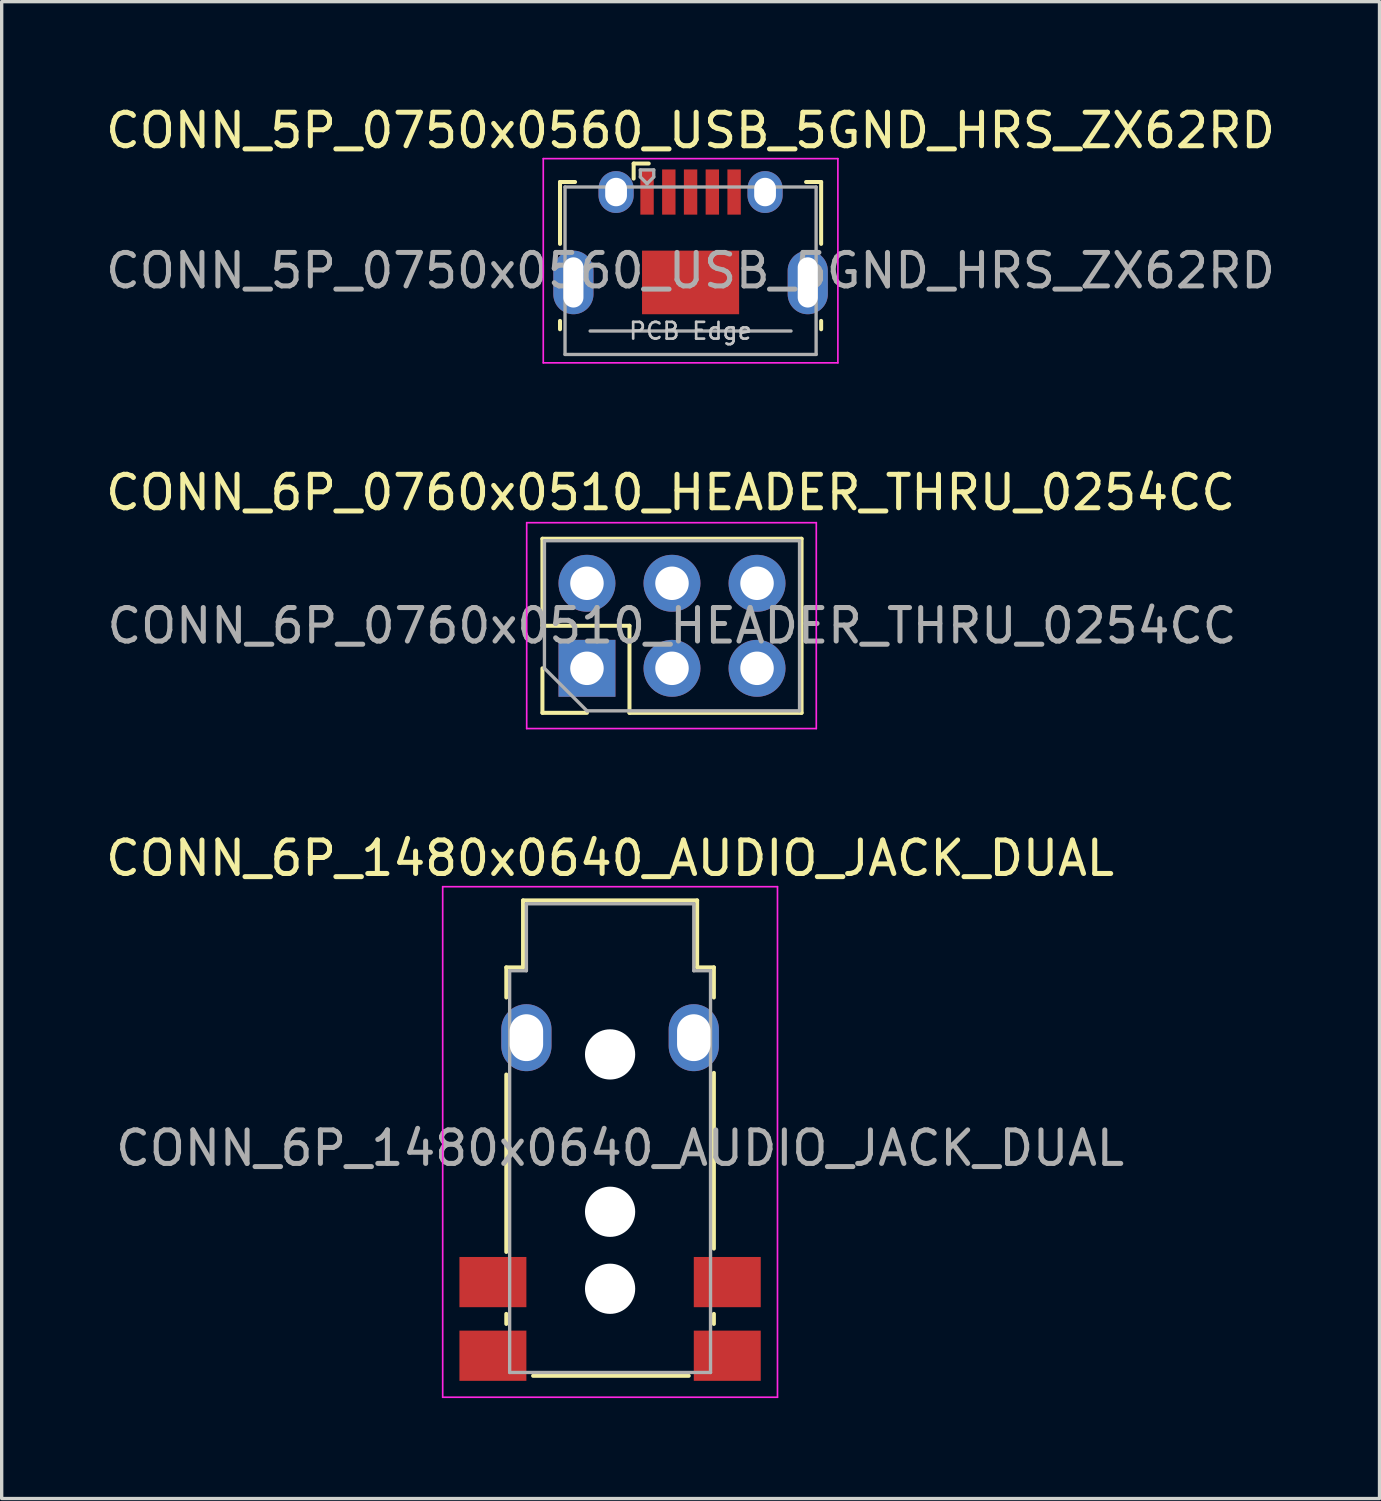
<source format=kicad_pcb>
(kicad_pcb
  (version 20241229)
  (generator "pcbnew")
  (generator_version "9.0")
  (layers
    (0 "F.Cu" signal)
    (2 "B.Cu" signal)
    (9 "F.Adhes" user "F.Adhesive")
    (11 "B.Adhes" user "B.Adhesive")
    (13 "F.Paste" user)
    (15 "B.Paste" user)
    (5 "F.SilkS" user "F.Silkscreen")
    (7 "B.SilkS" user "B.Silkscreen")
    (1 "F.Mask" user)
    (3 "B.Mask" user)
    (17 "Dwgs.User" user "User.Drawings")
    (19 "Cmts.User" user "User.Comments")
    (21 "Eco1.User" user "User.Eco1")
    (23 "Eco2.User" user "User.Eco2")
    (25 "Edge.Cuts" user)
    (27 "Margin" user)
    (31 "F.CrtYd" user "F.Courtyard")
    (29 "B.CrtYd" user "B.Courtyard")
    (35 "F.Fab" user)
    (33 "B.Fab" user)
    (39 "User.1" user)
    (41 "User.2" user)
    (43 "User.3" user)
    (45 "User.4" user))
  (footprint "CONN_6P_0760x0510_HEADER_THRU_0254CC"
    (layer "F.Cu")
    (at 16.982 15.662)
    (property "Reference" "CONN_6P_0760x0510_HEADER_THRU_0254CC" (at 0 -4 0) (layer "F.SilkS") (effects (font (size 1 1) (thickness 0.15))))
    (attr through_hole)
    (fp_line (start -3.83 -2.62) (end 3.91 -2.62) (stroke (width 0.12) (type solid)) (layer "F.SilkS"))
    (fp_line (start -3.83 -0.02) (end -3.83 -2.62) (stroke (width 0.12) (type solid)) (layer "F.SilkS"))
    (fp_line (start -3.83 2.58) (end -3.83 1.25) (stroke (width 0.12) (type solid)) (layer "F.SilkS"))
    (fp_line (start -2.5 2.58) (end -3.83 2.58) (stroke (width 0.12) (type solid)) (layer "F.SilkS"))
    (fp_line (start -1.23 -0.02) (end -3.83 -0.02) (stroke (width 0.12) (type solid)) (layer "F.SilkS"))
    (fp_line (start -1.23 2.58) (end -1.23 -0.02) (stroke (width 0.12) (type solid)) (layer "F.SilkS"))
    (fp_line (start -1.23 2.58) (end 3.91 2.58) (stroke (width 0.12) (type solid)) (layer "F.SilkS"))
    (fp_line (start 3.91 2.58) (end 3.91 -2.62) (stroke (width 0.12) (type solid)) (layer "F.SilkS"))
    (fp_line (start -4.3 -3.1) (end -4.3 3.05) (stroke (width 0.05) (type solid)) (layer "F.CrtYd"))
    (fp_line (start -4.3 3.05) (end 4.35 3.05) (stroke (width 0.05) (type solid)) (layer "F.CrtYd"))
    (fp_line (start 4.35 -3.1) (end -4.3 -3.1) (stroke (width 0.05) (type solid)) (layer "F.CrtYd"))
    (fp_line (start 4.35 3.05) (end 4.35 -3.1) (stroke (width 0.05) (type solid)) (layer "F.CrtYd"))
    (fp_line (start -3.77 -2.56) (end 3.85 -2.56) (stroke (width 0.1) (type solid)) (layer "F.Fab"))
    (fp_line (start -3.77 1.25) (end -3.77 -2.56) (stroke (width 0.1) (type solid)) (layer "F.Fab"))
    (fp_line (start -2.5 2.52) (end -3.77 1.25) (stroke (width 0.1) (type solid)) (layer "F.Fab"))
    (fp_line (start 3.85 -2.56) (end 3.85 2.52) (stroke (width 0.1) (type solid)) (layer "F.Fab"))
    (fp_line (start 3.85 2.52) (end -2.5 2.52) (stroke (width 0.1) (type solid)) (layer "F.Fab"))
    (fp_text user "${REFERENCE}" (at 0.04 -0.02 180) (layer "F.Fab") (effects (font (size 1 1) (thickness 0.15))))
    (pad "1" thru_hole rect (at -2.5 1.25 90) (size 1.7 1.7) (drill 1) (layers "*.Cu" "*.Mask"))
    (pad "2" thru_hole oval (at -2.5 -1.29 90) (size 1.7 1.7) (drill 1) (layers "*.Cu" "*.Mask"))
    (pad "3" thru_hole oval (at 0.04 1.25 90) (size 1.7 1.7) (drill 1) (layers "*.Cu" "*.Mask"))
    (pad "4" thru_hole oval (at 0.04 -1.29 90) (size 1.7 1.7) (drill 1) (layers "*.Cu" "*.Mask"))
    (pad "5" thru_hole oval (at 2.58 1.25 90) (size 1.7 1.7) (drill 1) (layers "*.Cu" "*.Mask"))
    (pad "6" thru_hole oval (at 2.58 -1.29 90) (size 1.7 1.7) (drill 1) (layers "*.Cu" "*.Mask")))
  (footprint "CONN_5P_0750x0560_USB_5GND_HRS_ZX62RD"
    (layer "F.Cu")
    (at 16.977 3.448)
    (property "Reference" "CONN_5P_0750x0560_USB_5GND_HRS_ZX62RD" (at 0.6 -2.6 0) (layer "F.SilkS") (effects (font (size 1 1) (thickness 0.15))))
    (attr smd)
    (fp_line (start -3.3 -1.062) (end -2.85 -1.062) (stroke (width 0.12) (type solid)) (layer "F.SilkS"))
    (fp_line (start -3.3 0.787) (end -3.3 -1.062) (stroke (width 0.12) (type solid)) (layer "F.SilkS"))
    (fp_line (start -3.3 3.337) (end -3.3 3.087) (stroke (width 0.12) (type solid)) (layer "F.SilkS"))
    (fp_line (start -1.1 -1.613) (end -1.1 -1.163) (stroke (width 0.12) (type solid)) (layer "F.SilkS"))
    (fp_line (start -1.1 -1.613) (end -0.65 -1.613) (stroke (width 0.12) (type solid)) (layer "F.SilkS"))
    (fp_line (start 4.5 -1.062) (end 4.05 -1.062) (stroke (width 0.12) (type solid)) (layer "F.SilkS"))
    (fp_line (start 4.5 0.787) (end 4.5 -1.062) (stroke (width 0.12) (type solid)) (layer "F.SilkS"))
    (fp_line (start 4.5 3.337) (end 4.5 3.087) (stroke (width 0.12) (type solid)) (layer "F.SilkS"))
    (fp_line (start -3.8 -1.76) (end 5 -1.76) (stroke (width 0.05) (type solid)) (layer "F.CrtYd"))
    (fp_line (start -3.8 4.34) (end -3.8 -1.76) (stroke (width 0.05) (type solid)) (layer "F.CrtYd"))
    (fp_line (start -3.8 4.34) (end 5 4.34) (stroke (width 0.05) (type solid)) (layer "F.CrtYd"))
    (fp_line (start 5 -1.76) (end 5 4.34) (stroke (width 0.05) (type solid)) (layer "F.CrtYd"))
    (fp_line (start -3.15 -0.912) (end 4.35 -0.912) (stroke (width 0.1) (type solid)) (layer "F.Fab"))
    (fp_line (start -3.15 4.088) (end -3.15 -0.912) (stroke (width 0.1) (type solid)) (layer "F.Fab"))
    (fp_line (start -3.15 4.089) (end 4.35 4.089) (stroke (width 0.1) (type solid)) (layer "F.Fab"))
    (fp_line (start -2.4 3.389) (end 3.6 3.389) (stroke (width 0.1) (type solid)) (layer "F.Fab"))
    (fp_line (start -0.9 -1.423) (end -0.9 -1.212) (stroke (width 0.1) (type solid)) (layer "F.Fab"))
    (fp_line (start -0.9 -1.423) (end -0.5 -1.423) (stroke (width 0.1) (type solid)) (layer "F.Fab"))
    (fp_line (start -0.7 -1.012) (end -0.9 -1.212) (stroke (width 0.1) (type solid)) (layer "F.Fab"))
    (fp_line (start -0.5 -1.423) (end -0.5 -1.212) (stroke (width 0.1) (type solid)) (layer "F.Fab"))
    (fp_line (start -0.5 -1.212) (end -0.7 -1.012) (stroke (width 0.1) (type solid)) (layer "F.Fab"))
    (fp_line (start 4.35 4.088) (end 4.35 -0.912) (stroke (width 0.1) (type solid)) (layer "F.Fab"))
    (fp_text user "PCB Edge" (at 0.6 3.388 0) (layer "Dwgs.User") (effects (font (size 0.5 0.5) (thickness 0.08))))
    (fp_text user "${REFERENCE}" (at 0.6 1.587 0) (layer "F.Fab") (effects (font (size 1 1) (thickness 0.15))))
    (pad "1" smd rect (at -0.7 -0.762) (size 0.4 1.35) (layers "F.Cu" "F.Mask" "F.Paste"))
    (pad "2" smd rect (at -0.05 -0.762) (size 0.4 1.35) (layers "F.Cu" "F.Mask" "F.Paste"))
    (pad "3" smd rect (at 0.6 -0.762) (size 0.4 1.35) (layers "F.Cu" "F.Mask" "F.Paste"))
    (pad "4" smd rect (at 1.25 -0.762) (size 0.4 1.35) (layers "F.Cu" "F.Mask" "F.Paste"))
    (pad "5" smd rect (at 1.9 -0.762) (size 0.4 1.35) (layers "F.Cu" "F.Mask" "F.Paste"))
    (pad "6" thru_hole oval (at -2.9 1.938 180) (size 1.2 1.9) (drill oval 0.6 1.5) (layers "*.Cu" "*.Mask"))
    (pad "6" thru_hole oval (at -1.625 -0.762) (size 1.05 1.25) (drill oval 0.65 0.85) (layers "*.Cu" "*.Mask"))
    (pad "6" smd rect (at 0.6 1.938) (size 2.9 1.9) (layers "F.Cu" "F.Mask" "F.Paste"))
    (pad "6" thru_hole oval (at 2.825 -0.762) (size 1.05 1.25) (drill oval 0.65 0.85) (layers "*.Cu" "*.Mask"))
    (pad "6" thru_hole oval (at 4.1 1.938) (size 1.2 1.9) (drill oval 0.6 1.5) (layers "*.Cu" "*.Mask")))
  (footprint "CONN_6P_1480x0640_AUDIO_JACK_DUAL"
    (layer "F.Cu")
    (at 15.173 32.745)
    (property "Reference" "CONN_6P_1480x0640_AUDIO_JACK_DUAL" (at 0 -10.16 0) (layer "F.SilkS") (effects (font (size 1 1) (thickness 0.15))))
    (attr smd)
    (fp_line (start -3.1 -6.9) (end -2.6 -6.9) (stroke (width 0.12) (type solid)) (layer "F.SilkS"))
    (fp_line (start -3.1 -6) (end -3.1 -6.9) (stroke (width 0.12) (type solid)) (layer "F.SilkS"))
    (fp_line (start -3.1 1.6) (end -3.1 -3.7) (stroke (width 0.12) (type solid)) (layer "F.SilkS"))
    (fp_line (start -3.1 3.45) (end -3.1 3.75) (stroke (width 0.12) (type solid)) (layer "F.SilkS"))
    (fp_line (start -2.6 -8.9) (end 2.6 -8.9) (stroke (width 0.12) (type solid)) (layer "F.SilkS"))
    (fp_line (start -2.6 -6.9) (end -2.6 -8.9) (stroke (width 0.12) (type solid)) (layer "F.SilkS"))
    (fp_line (start 2.35 5.3) (end -2.3 5.3) (stroke (width 0.12) (type solid)) (layer "F.SilkS"))
    (fp_line (start 2.6 -8.9) (end 2.6 -6.9) (stroke (width 0.12) (type solid)) (layer "F.SilkS"))
    (fp_line (start 2.6 -6.9) (end 3.1 -6.9) (stroke (width 0.12) (type solid)) (layer "F.SilkS"))
    (fp_line (start 3.1 -6.9) (end 3.1 -6) (stroke (width 0.12) (type solid)) (layer "F.SilkS"))
    (fp_line (start 3.1 -3.75) (end 3.1 1.5) (stroke (width 0.12) (type solid)) (layer "F.SilkS"))
    (fp_line (start 3.1 3.45) (end 3.1 3.75) (stroke (width 0.12) (type solid)) (layer "F.SilkS"))
    (fp_line (start -5 -9.31) (end -5 5.94) (stroke (width 0.05) (type solid)) (layer "F.CrtYd"))
    (fp_line (start -5 -9.31) (end 5 -9.31) (stroke (width 0.05) (type solid)) (layer "F.CrtYd"))
    (fp_line (start -5 5.94) (end 5 5.94) (stroke (width 0.05) (type solid)) (layer "F.CrtYd"))
    (fp_line (start 5 5.94) (end 5 -9.31) (stroke (width 0.05) (type solid)) (layer "F.CrtYd"))
    (fp_line (start -3 -6.8) (end -3 5.2) (stroke (width 0.1) (type solid)) (layer "F.Fab"))
    (fp_line (start -3 5.2) (end 3 5.2) (stroke (width 0.1) (type solid)) (layer "F.Fab"))
    (fp_line (start -2.5 -8.8) (end -2.5 -6.8) (stroke (width 0.1) (type solid)) (layer "F.Fab"))
    (fp_line (start -2.5 -6.8) (end -3 -6.8) (stroke (width 0.1) (type solid)) (layer "F.Fab"))
    (fp_line (start 2.5 -8.8) (end -2.5 -8.8) (stroke (width 0.1) (type solid)) (layer "F.Fab"))
    (fp_line (start 2.5 -6.8) (end 2.5 -8.8) (stroke (width 0.1) (type solid)) (layer "F.Fab"))
    (fp_line (start 3 -6.8) (end 2.5 -6.8) (stroke (width 0.1) (type solid)) (layer "F.Fab"))
    (fp_line (start 3 5.2) (end 3 -6.8) (stroke (width 0.1) (type solid)) (layer "F.Fab"))
    (fp_circle (center 0 -4.65) (end 0.25 -4.65) (stroke (width 0.12) (type solid)) (fill no) (layer "F.Fab"))
    (fp_text user "${REFERENCE}" (at 0.3 -1.5 0) (layer "F.Fab") (effects (font (size 1 1) (thickness 0.15))))
    (pad "" np_thru_hole circle (at 0 -4.3) (size 1.5 1.5) (drill 1.5) (layers "*.Cu" "*.Mask"))
    (pad "" np_thru_hole circle (at 0 0.4) (size 1.5 1.5) (drill 1.5) (layers "*.Cu" "*.Mask"))
    (pad "" np_thru_hole circle (at 0 2.7) (size 1.5 1.5) (drill 1.5) (layers "*.Cu" "*.Mask"))
    (pad "1" thru_hole oval (at -2.5 -4.8 90) (size 2 1.5) (drill oval 1.4 1) (layers "*.Cu" "*.Mask"))
    (pad "2" thru_hole oval (at 2.5 -4.8 90) (size 2 1.5) (drill oval 1.4 1) (layers "*.Cu" "*.Mask"))
    (pad "3" smd rect (at -3.5 2.5) (size 2 1.5) (layers "F.Cu" "F.Mask" "F.Paste"))
    (pad "4" smd rect (at 3.5 2.5) (size 2 1.5) (layers "F.Cu" "F.Mask" "F.Paste"))
    (pad "5" smd rect (at 3.5 4.7) (size 2 1.5) (layers "F.Cu" "F.Mask" "F.Paste"))
    (pad "6" smd rect (at -3.5 4.7) (size 2 1.5) (layers "F.Cu" "F.Mask" "F.Paste")))
  (gr_rect
    (start -3 -3)
    (end 38.155 41.71)
    (stroke (width 0.1) (type default))
    (fill no)
    (layer "Edge.Cuts")))
</source>
